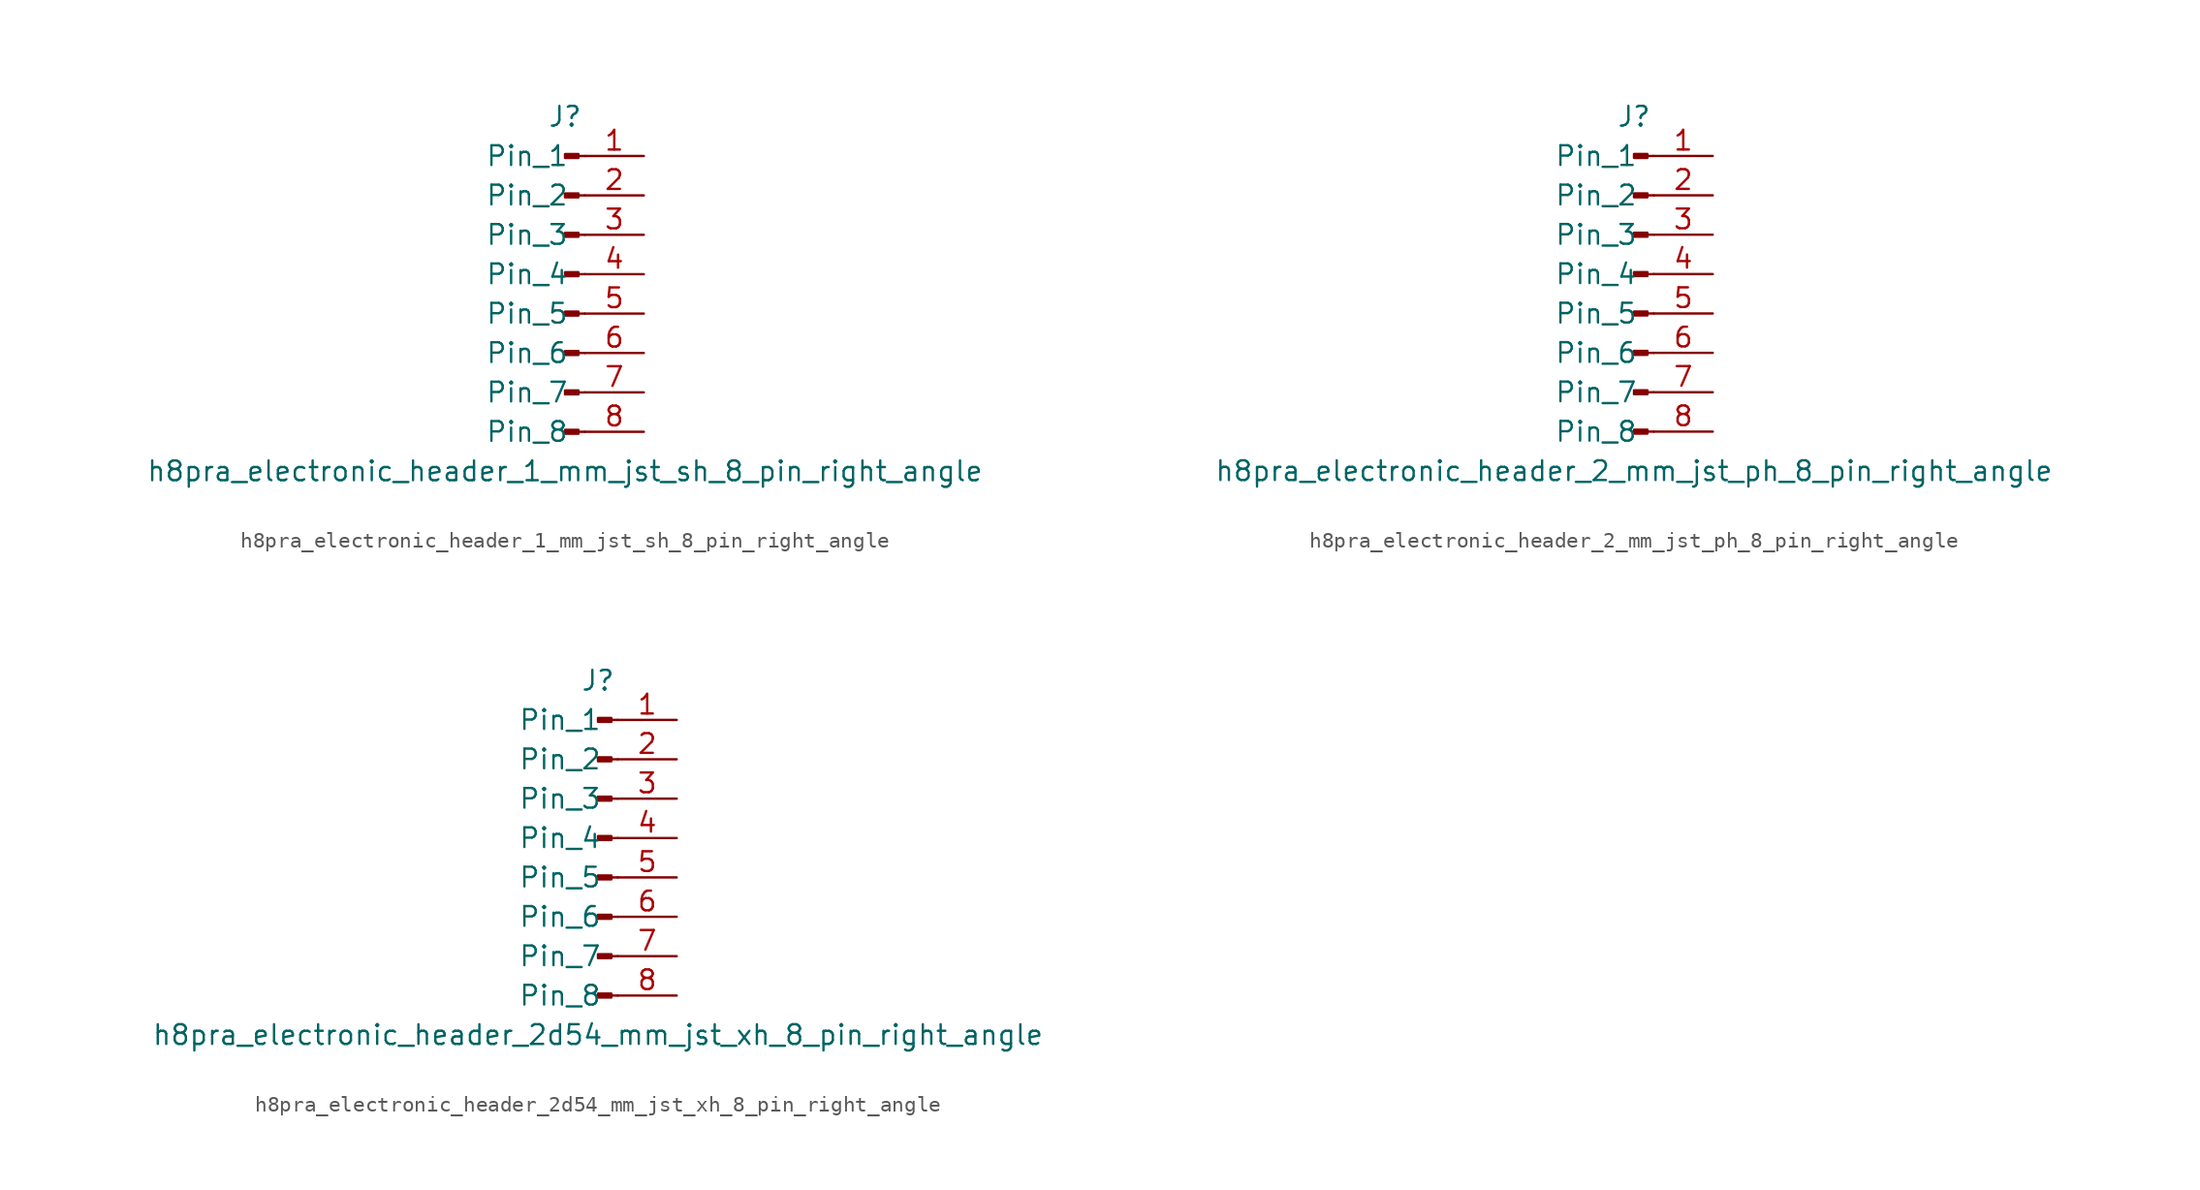
<source format=kicad_sym>
(kicad_symbol_lib
  (version 20220914)
  (generator kicad_symbol_editor)
  (symbol "h8pra_electronic_header_1_mm_jst_sh_8_pin_right_angle"
    (pin_names
      (offset 1.016))
    (property "Reference" "J"
      (at 0 10.16 0)
      (effects (font (size 1.27 1.27))))
    (property "Value" "h8pra_electronic_header_1_mm_jst_sh_8_pin_right_angle"
      (at 0 -12.7 0)
      (effects (font (size 1.27 1.27))))
    (property "ki_locked" ""
      (at 0 0 0)
      (effects (font (size 1.27 1.27))))
    (symbol "h8pra_electronic_header_1_mm_jst_sh_8_pin_right_angle_1_1"
      (polyline (pts (xy 1.27 -10.16) (xy 0.864 -10.16)) (stroke (width 0.152) (type default)) (fill (type none)))
      (polyline (pts (xy 1.27 -7.62) (xy 0.864 -7.62)) (stroke (width 0.152) (type default)) (fill (type none)))
      (polyline (pts (xy 1.27 -5.08) (xy 0.864 -5.08)) (stroke (width 0.152) (type default)) (fill (type none)))
      (polyline (pts (xy 1.27 -2.54) (xy 0.864 -2.54)) (stroke (width 0.152) (type default)) (fill (type none)))
      (polyline (pts (xy 1.27 0) (xy 0.864 0)) (stroke (width 0.152) (type default)) (fill (type none)))
      (polyline (pts (xy 1.27 2.54) (xy 0.864 2.54)) (stroke (width 0.152) (type default)) (fill (type none)))
      (polyline (pts (xy 1.27 5.08) (xy 0.864 5.08)) (stroke (width 0.152) (type default)) (fill (type none)))
      (polyline (pts (xy 1.27 7.62) (xy 0.864 7.62)) (stroke (width 0.152) (type default)) (fill (type none)))
      (rectangle (start 0.864 -10.033) (end 0 -10.287) (stroke (width 0.152) (type default)) (fill (type outline)))
      (rectangle (start 0.864 -7.493) (end 0 -7.747) (stroke (width 0.152) (type default)) (fill (type outline)))
      (rectangle (start 0.864 -4.953) (end 0 -5.207) (stroke (width 0.152) (type default)) (fill (type outline)))
      (rectangle (start 0.864 -2.413) (end 0 -2.667) (stroke (width 0.152) (type default)) (fill (type outline)))
      (rectangle (start 0.864 0.127) (end 0 -0.127) (stroke (width 0.152) (type default)) (fill (type outline)))
      (rectangle (start 0.864 2.667) (end 0 2.413) (stroke (width 0.152) (type default)) (fill (type outline)))
      (rectangle (start 0.864 5.207) (end 0 4.953) (stroke (width 0.152) (type default)) (fill (type outline)))
      (rectangle (start 0.864 7.747) (end 0 7.493) (stroke (width 0.152) (type default)) (fill (type outline)))
      (pin passive line (at 5.08 7.62 180) (length 3.81) (name "Pin_1" (effects (font (size 1.27 1.27)))) (number "1" (effects (font (size 1.27 1.27)))))
      (pin passive line (at 5.08 5.08 180) (length 3.81) (name "Pin_2" (effects (font (size 1.27 1.27)))) (number "2" (effects (font (size 1.27 1.27)))))
      (pin passive line (at 5.08 2.54 180) (length 3.81) (name "Pin_3" (effects (font (size 1.27 1.27)))) (number "3" (effects (font (size 1.27 1.27)))))
      (pin passive line (at 5.08 0 180) (length 3.81) (name "Pin_4" (effects (font (size 1.27 1.27)))) (number "4" (effects (font (size 1.27 1.27)))))
      (pin passive line (at 5.08 -2.54 180) (length 3.81) (name "Pin_5" (effects (font (size 1.27 1.27)))) (number "5" (effects (font (size 1.27 1.27)))))
      (pin passive line (at 5.08 -5.08 180) (length 3.81) (name "Pin_6" (effects (font (size 1.27 1.27)))) (number "6" (effects (font (size 1.27 1.27)))))
      (pin passive line (at 5.08 -7.62 180) (length 3.81) (name "Pin_7" (effects (font (size 1.27 1.27)))) (number "7" (effects (font (size 1.27 1.27)))))
      (pin passive line (at 5.08 -10.16 180) (length 3.81) (name "Pin_8" (effects (font (size 1.27 1.27)))) (number "8" (effects (font (size 1.27 1.27)))))))
  (symbol "h8pra_electronic_header_2_mm_jst_ph_8_pin_right_angle"
    (pin_names
      (offset 1.016))
    (property "Reference" "J"
      (at 0 10.16 0)
      (effects (font (size 1.27 1.27))))
    (property "Value" "h8pra_electronic_header_2_mm_jst_ph_8_pin_right_angle"
      (at 0 -12.7 0)
      (effects (font (size 1.27 1.27))))
    (property "ki_locked" ""
      (at 0 0 0)
      (effects (font (size 1.27 1.27))))
    (symbol "h8pra_electronic_header_2_mm_jst_ph_8_pin_right_angle_1_1"
      (polyline (pts (xy 1.27 -10.16) (xy 0.864 -10.16)) (stroke (width 0.152) (type default)) (fill (type none)))
      (polyline (pts (xy 1.27 -7.62) (xy 0.864 -7.62)) (stroke (width 0.152) (type default)) (fill (type none)))
      (polyline (pts (xy 1.27 -5.08) (xy 0.864 -5.08)) (stroke (width 0.152) (type default)) (fill (type none)))
      (polyline (pts (xy 1.27 -2.54) (xy 0.864 -2.54)) (stroke (width 0.152) (type default)) (fill (type none)))
      (polyline (pts (xy 1.27 0) (xy 0.864 0)) (stroke (width 0.152) (type default)) (fill (type none)))
      (polyline (pts (xy 1.27 2.54) (xy 0.864 2.54)) (stroke (width 0.152) (type default)) (fill (type none)))
      (polyline (pts (xy 1.27 5.08) (xy 0.864 5.08)) (stroke (width 0.152) (type default)) (fill (type none)))
      (polyline (pts (xy 1.27 7.62) (xy 0.864 7.62)) (stroke (width 0.152) (type default)) (fill (type none)))
      (rectangle (start 0.864 -10.033) (end 0 -10.287) (stroke (width 0.152) (type default)) (fill (type outline)))
      (rectangle (start 0.864 -7.493) (end 0 -7.747) (stroke (width 0.152) (type default)) (fill (type outline)))
      (rectangle (start 0.864 -4.953) (end 0 -5.207) (stroke (width 0.152) (type default)) (fill (type outline)))
      (rectangle (start 0.864 -2.413) (end 0 -2.667) (stroke (width 0.152) (type default)) (fill (type outline)))
      (rectangle (start 0.864 0.127) (end 0 -0.127) (stroke (width 0.152) (type default)) (fill (type outline)))
      (rectangle (start 0.864 2.667) (end 0 2.413) (stroke (width 0.152) (type default)) (fill (type outline)))
      (rectangle (start 0.864 5.207) (end 0 4.953) (stroke (width 0.152) (type default)) (fill (type outline)))
      (rectangle (start 0.864 7.747) (end 0 7.493) (stroke (width 0.152) (type default)) (fill (type outline)))
      (pin passive line (at 5.08 7.62 180) (length 3.81) (name "Pin_1" (effects (font (size 1.27 1.27)))) (number "1" (effects (font (size 1.27 1.27)))))
      (pin passive line (at 5.08 5.08 180) (length 3.81) (name "Pin_2" (effects (font (size 1.27 1.27)))) (number "2" (effects (font (size 1.27 1.27)))))
      (pin passive line (at 5.08 2.54 180) (length 3.81) (name "Pin_3" (effects (font (size 1.27 1.27)))) (number "3" (effects (font (size 1.27 1.27)))))
      (pin passive line (at 5.08 0 180) (length 3.81) (name "Pin_4" (effects (font (size 1.27 1.27)))) (number "4" (effects (font (size 1.27 1.27)))))
      (pin passive line (at 5.08 -2.54 180) (length 3.81) (name "Pin_5" (effects (font (size 1.27 1.27)))) (number "5" (effects (font (size 1.27 1.27)))))
      (pin passive line (at 5.08 -5.08 180) (length 3.81) (name "Pin_6" (effects (font (size 1.27 1.27)))) (number "6" (effects (font (size 1.27 1.27)))))
      (pin passive line (at 5.08 -7.62 180) (length 3.81) (name "Pin_7" (effects (font (size 1.27 1.27)))) (number "7" (effects (font (size 1.27 1.27)))))
      (pin passive line (at 5.08 -10.16 180) (length 3.81) (name "Pin_8" (effects (font (size 1.27 1.27)))) (number "8" (effects (font (size 1.27 1.27)))))))
  (symbol "h8pra_electronic_header_2d54_mm_jst_xh_8_pin_right_angle"
    (pin_names
      (offset 1.016))
    (property "Reference" "J"
      (at 0 10.16 0)
      (effects (font (size 1.27 1.27))))
    (property "Value" "h8pra_electronic_header_2d54_mm_jst_xh_8_pin_right_angle"
      (at 0 -12.7 0)
      (effects (font (size 1.27 1.27))))
    (property "ki_locked" ""
      (at 0 0 0)
      (effects (font (size 1.27 1.27))))
    (symbol "h8pra_electronic_header_2d54_mm_jst_xh_8_pin_right_angle_1_1"
      (polyline (pts (xy 1.27 -10.16) (xy 0.864 -10.16)) (stroke (width 0.152) (type default)) (fill (type none)))
      (polyline (pts (xy 1.27 -7.62) (xy 0.864 -7.62)) (stroke (width 0.152) (type default)) (fill (type none)))
      (polyline (pts (xy 1.27 -5.08) (xy 0.864 -5.08)) (stroke (width 0.152) (type default)) (fill (type none)))
      (polyline (pts (xy 1.27 -2.54) (xy 0.864 -2.54)) (stroke (width 0.152) (type default)) (fill (type none)))
      (polyline (pts (xy 1.27 0) (xy 0.864 0)) (stroke (width 0.152) (type default)) (fill (type none)))
      (polyline (pts (xy 1.27 2.54) (xy 0.864 2.54)) (stroke (width 0.152) (type default)) (fill (type none)))
      (polyline (pts (xy 1.27 5.08) (xy 0.864 5.08)) (stroke (width 0.152) (type default)) (fill (type none)))
      (polyline (pts (xy 1.27 7.62) (xy 0.864 7.62)) (stroke (width 0.152) (type default)) (fill (type none)))
      (rectangle (start 0.864 -10.033) (end 0 -10.287) (stroke (width 0.152) (type default)) (fill (type outline)))
      (rectangle (start 0.864 -7.493) (end 0 -7.747) (stroke (width 0.152) (type default)) (fill (type outline)))
      (rectangle (start 0.864 -4.953) (end 0 -5.207) (stroke (width 0.152) (type default)) (fill (type outline)))
      (rectangle (start 0.864 -2.413) (end 0 -2.667) (stroke (width 0.152) (type default)) (fill (type outline)))
      (rectangle (start 0.864 0.127) (end 0 -0.127) (stroke (width 0.152) (type default)) (fill (type outline)))
      (rectangle (start 0.864 2.667) (end 0 2.413) (stroke (width 0.152) (type default)) (fill (type outline)))
      (rectangle (start 0.864 5.207) (end 0 4.953) (stroke (width 0.152) (type default)) (fill (type outline)))
      (rectangle (start 0.864 7.747) (end 0 7.493) (stroke (width 0.152) (type default)) (fill (type outline)))
      (pin passive line (at 5.08 7.62 180) (length 3.81) (name "Pin_1" (effects (font (size 1.27 1.27)))) (number "1" (effects (font (size 1.27 1.27)))))
      (pin passive line (at 5.08 5.08 180) (length 3.81) (name "Pin_2" (effects (font (size 1.27 1.27)))) (number "2" (effects (font (size 1.27 1.27)))))
      (pin passive line (at 5.08 2.54 180) (length 3.81) (name "Pin_3" (effects (font (size 1.27 1.27)))) (number "3" (effects (font (size 1.27 1.27)))))
      (pin passive line (at 5.08 0 180) (length 3.81) (name "Pin_4" (effects (font (size 1.27 1.27)))) (number "4" (effects (font (size 1.27 1.27)))))
      (pin passive line (at 5.08 -2.54 180) (length 3.81) (name "Pin_5" (effects (font (size 1.27 1.27)))) (number "5" (effects (font (size 1.27 1.27)))))
      (pin passive line (at 5.08 -5.08 180) (length 3.81) (name "Pin_6" (effects (font (size 1.27 1.27)))) (number "6" (effects (font (size 1.27 1.27)))))
      (pin passive line (at 5.08 -7.62 180) (length 3.81) (name "Pin_7" (effects (font (size 1.27 1.27)))) (number "7" (effects (font (size 1.27 1.27)))))
      (pin passive line (at 5.08 -10.16 180) (length 3.81) (name "Pin_8" (effects (font (size 1.27 1.27)))) (number "8" (effects (font (size 1.27 1.27))))))))
</source>
